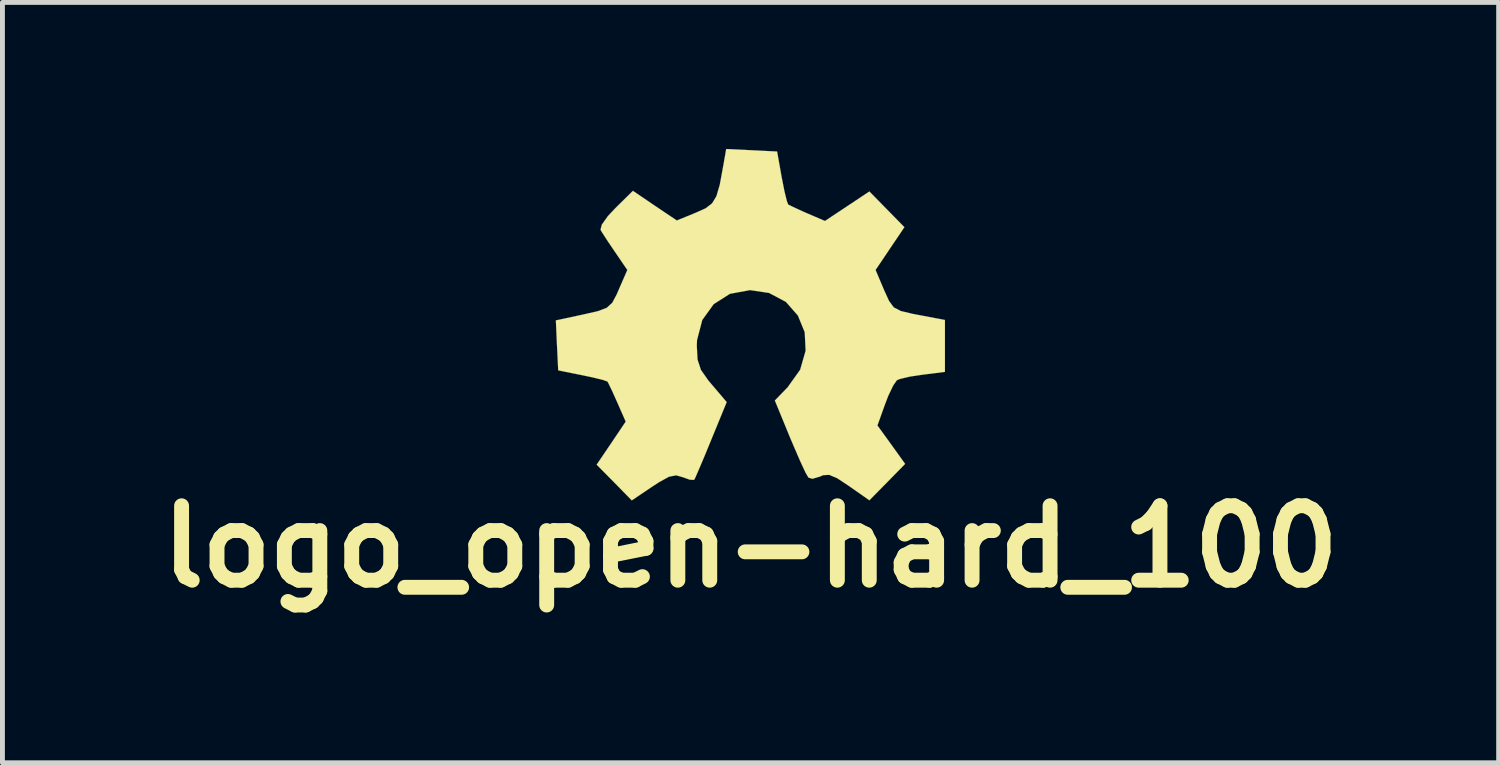
<source format=kicad_pcb>
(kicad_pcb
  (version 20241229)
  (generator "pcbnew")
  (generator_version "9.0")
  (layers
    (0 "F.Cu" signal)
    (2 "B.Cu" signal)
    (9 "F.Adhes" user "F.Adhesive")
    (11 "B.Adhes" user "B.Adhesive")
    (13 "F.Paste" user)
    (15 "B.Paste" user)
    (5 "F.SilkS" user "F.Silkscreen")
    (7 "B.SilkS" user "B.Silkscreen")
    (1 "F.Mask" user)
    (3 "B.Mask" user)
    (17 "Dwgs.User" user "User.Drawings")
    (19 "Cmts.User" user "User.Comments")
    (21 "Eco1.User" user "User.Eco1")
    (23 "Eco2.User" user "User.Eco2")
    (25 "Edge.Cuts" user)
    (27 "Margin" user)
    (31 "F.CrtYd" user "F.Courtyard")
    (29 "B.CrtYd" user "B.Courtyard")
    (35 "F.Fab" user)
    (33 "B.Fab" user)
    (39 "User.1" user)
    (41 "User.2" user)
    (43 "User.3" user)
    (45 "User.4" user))
  (footprint "logo_open-hard_100"
    (layer "F.Cu")
    (at 12.315 3.567)
    (property "Reference" "logo_open-hard_100" (at 0 4.572 0) (layer "F.SilkS") (effects (font (size 1.524 1.524) (thickness 0.305))))
    (attr through_hole)
    (fp_poly (pts (xy 3.98 0.996) (xy 3.536 1.052) (xy 3.266 1.092) (xy 3.063 1.14) (xy 2.997 1.166) (xy 2.921 1.275) (xy 2.819 1.488) (xy 2.753 1.661) (xy 2.598 2.093) (xy 2.883 2.487) (xy 3.165 2.88) (xy 2.799 3.254) (xy 2.433 3.625) (xy 2.019 3.335) (xy 1.773 3.172) (xy 1.61 3.104) (xy 1.483 3.111) (xy 1.43 3.137) (xy 1.267 3.185) (xy 1.186 3.16) (xy 1.125 3.056) (xy 1.021 2.832) (xy 0.889 2.527) (xy 0.808 2.337) (xy 0.498 1.582) (xy 0.759 1.313) (xy 1.016 0.953) (xy 1.128 0.564) (xy 1.11 0.185) (xy 0.97 -0.157) (xy 0.724 -0.437) (xy 0.378 -0.62) (xy -0.01 -0.678) (xy -0.422 -0.602) (xy -0.754 -0.391) (xy -0.988 -0.066) (xy -1.095 0.345) (xy -1.1 0.46) (xy -1.085 0.744) (xy -1.016 0.955) (xy -0.861 1.176) (xy -0.792 1.257) (xy -0.488 1.615) (xy -0.808 2.395) (xy -0.945 2.728) (xy -1.059 2.997) (xy -1.133 3.167) (xy -1.156 3.208) (xy -1.245 3.203) (xy -1.387 3.152) (xy -1.521 3.114) (xy -1.669 3.142) (xy -1.872 3.254) (xy -2.009 3.343) (xy -2.431 3.627) (xy -2.789 3.261) (xy -3.15 2.896) (xy -2.852 2.456) (xy -2.555 2.014) (xy -2.728 1.621) (xy -2.832 1.389) (xy -2.908 1.232) (xy -2.929 1.194) (xy -3.02 1.161) (xy -3.228 1.11) (xy -3.447 1.064) (xy -3.937 0.965) (xy -3.962 0.455) (xy -3.985 -0.058) (xy -3.426 -0.178) (xy -3.127 -0.246) (xy -2.944 -0.315) (xy -2.83 -0.419) (xy -2.738 -0.592) (xy -2.695 -0.693) (xy -2.522 -1.09) (xy -2.771 -1.455) (xy -2.924 -1.681) (xy -3.038 -1.857) (xy -3.071 -1.913) (xy -3.045 -2.017) (xy -2.921 -2.192) (xy -2.766 -2.357) (xy -2.408 -2.71) (xy -1.958 -2.405) (xy -1.509 -2.103) (xy -1.118 -2.263) (xy -0.919 -2.352) (xy -0.787 -2.454) (xy -0.699 -2.598) (xy -0.63 -2.832) (xy -0.564 -3.19) (xy -0.554 -3.244) (xy -0.498 -3.566) (xy 0.023 -3.541) (xy 0.544 -3.515) (xy 0.638 -2.987) (xy 0.693 -2.708) (xy 0.742 -2.507) (xy 0.77 -2.431) (xy 0.861 -2.385) (xy 1.054 -2.296) (xy 1.163 -2.248) (xy 1.524 -2.093) (xy 1.979 -2.395) (xy 2.433 -2.697) (xy 2.791 -2.332) (xy 3.15 -1.966) (xy 2.855 -1.529) (xy 2.56 -1.09) (xy 2.733 -0.681) (xy 2.835 -0.457) (xy 2.931 -0.325) (xy 3.078 -0.249) (xy 3.322 -0.191) (xy 3.444 -0.168) (xy 3.98 -0.066) (xy 3.98 0.465) (xy 3.98 0.996)) (stroke (width 0.003) (type solid)) (fill yes) (layer "F.SilkS")))
  (gr_rect
    (start -3 -3)
    (end 27.631 12.566)
    (stroke (width 0.1) (type default))
    (fill no)
    (layer "Edge.Cuts")))
</source>
